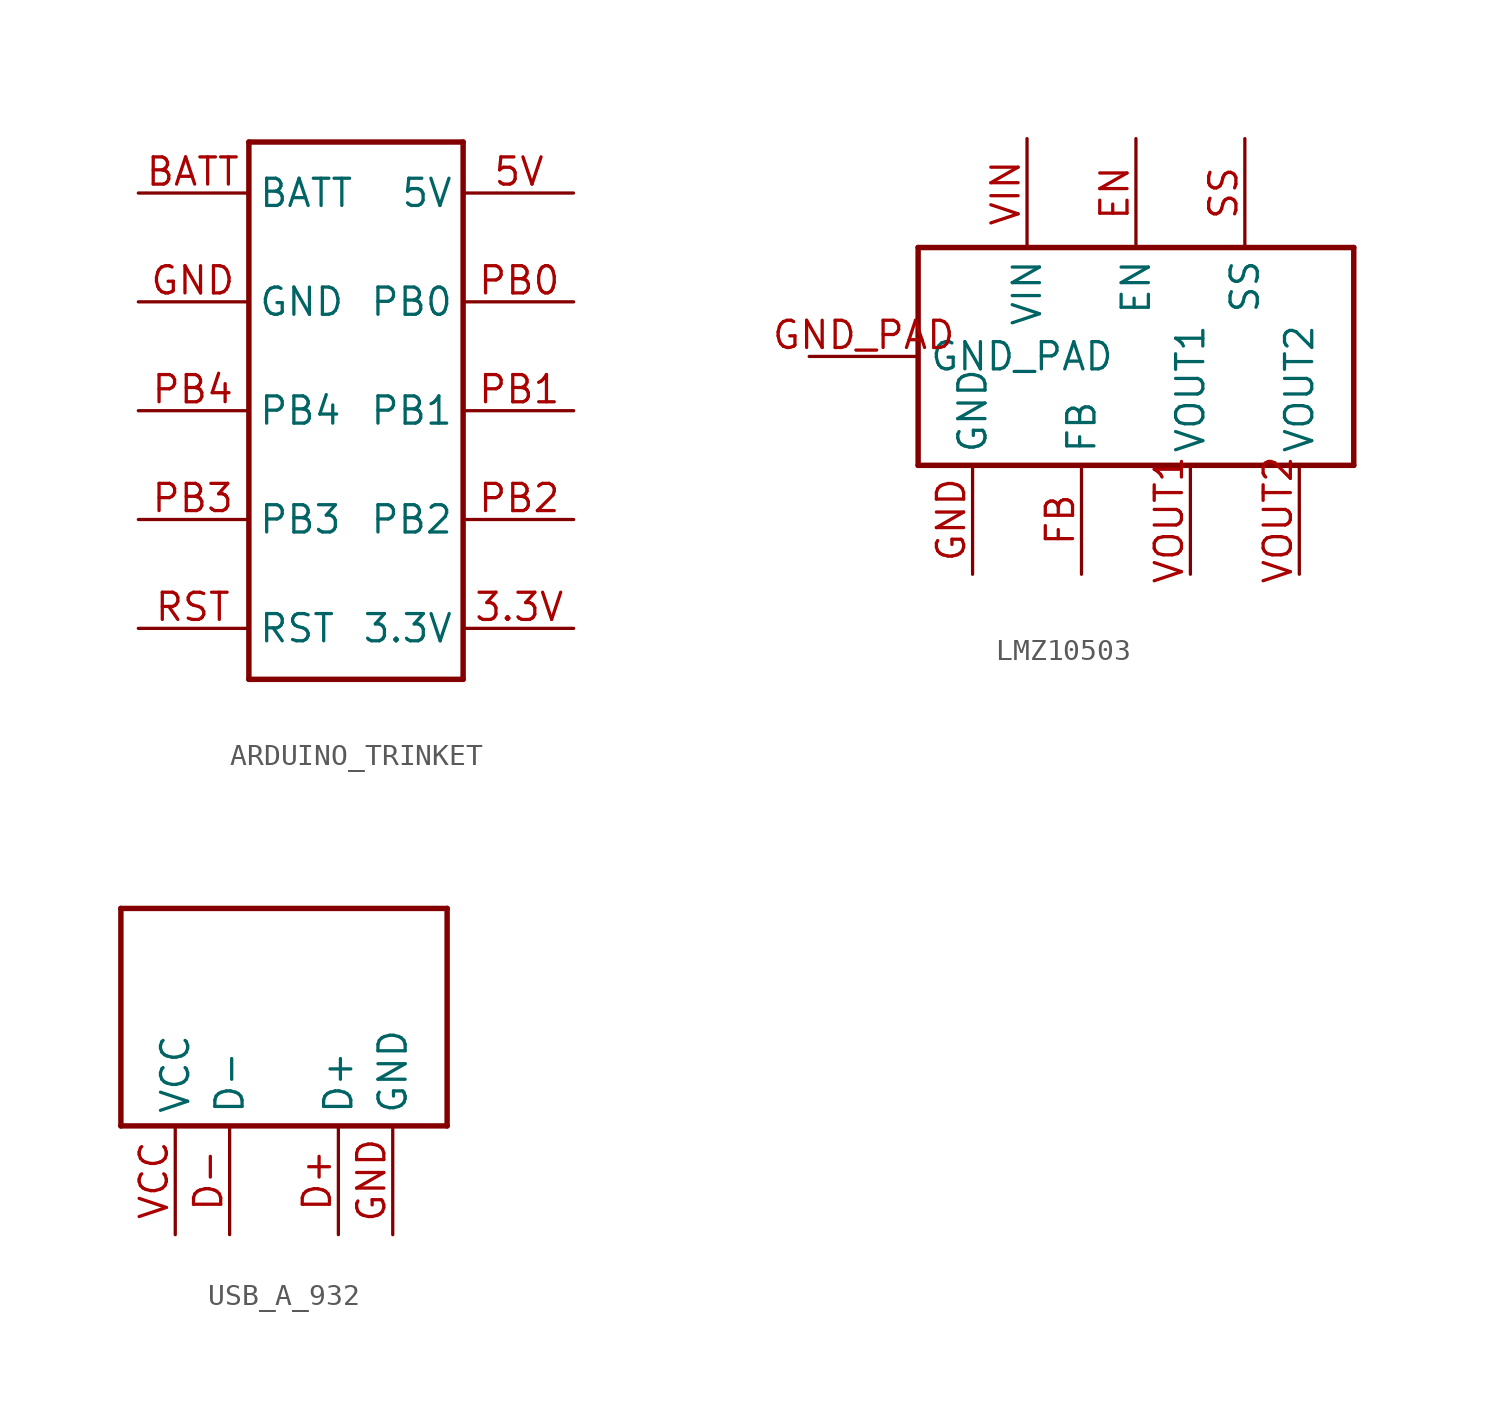
<source format=kicad_sym>
(kicad_symbol_lib
  (version 20220914)
  (generator kicad_symbol_editor)
  (symbol "ARDUINO_TRINKET"
    (property "Reference" "MCU"
      (at 0 0 0)
      (effects (font (size 1.27 1.27)) hide))
    (property "ki_locked" ""
      (at 0 0 0)
      (effects (font (size 1.27 1.27))))
    (symbol "ARDUINO_TRINKET_1_0"
      (polyline (pts (xy -5 -15.08) (xy -5 10)) (stroke (width 0.254) (type solid)) (fill (type none)))
      (polyline (pts (xy -5 10) (xy 5 10)) (stroke (width 0.254) (type solid)) (fill (type none)))
      (polyline (pts (xy 5 -15.08) (xy -5 -15.08)) (stroke (width 0.254) (type solid)) (fill (type none)))
      (polyline (pts (xy 5 10) (xy 5 -15.08)) (stroke (width 0.254) (type solid)) (fill (type none)))
      (pin bidirectional line (at 10.16 -12.7 180) (length 5.08) (name "3.3V" (effects (font (size 1.27 1.27)))) (number "3.3V" (effects (font (size 1.27 1.27)))))
      (pin bidirectional line (at 10.15 7.62 180) (length 5.08) (name "5V" (effects (font (size 1.27 1.27)))) (number "5V" (effects (font (size 1.27 1.27)))))
      (pin bidirectional line (at -10.16 7.62 0) (length 5.08) (name "BATT" (effects (font (size 1.27 1.27)))) (number "BATT" (effects (font (size 1.27 1.27)))))
      (pin bidirectional line (at -10.16 2.54 0) (length 5.08) (name "GND" (effects (font (size 1.27 1.27)))) (number "GND" (effects (font (size 1.27 1.27)))))
      (pin bidirectional line (at 10.16 2.54 180) (length 5.08) (name "PB0" (effects (font (size 1.27 1.27)))) (number "PB0" (effects (font (size 1.27 1.27)))))
      (pin bidirectional line (at 10.16 -2.54 180) (length 5.08) (name "PB1" (effects (font (size 1.27 1.27)))) (number "PB1" (effects (font (size 1.27 1.27)))))
      (pin bidirectional line (at 10.16 -7.62 180) (length 5.08) (name "PB2" (effects (font (size 1.27 1.27)))) (number "PB2" (effects (font (size 1.27 1.27)))))
      (pin bidirectional line (at -10.16 -7.62 0) (length 5.08) (name "PB3" (effects (font (size 1.27 1.27)))) (number "PB3" (effects (font (size 1.27 1.27)))))
      (pin bidirectional line (at -10.16 -2.54 0) (length 5.08) (name "PB4" (effects (font (size 1.27 1.27)))) (number "PB4" (effects (font (size 1.27 1.27)))))
      (pin bidirectional line (at -10.16 -12.7 0) (length 5.08) (name "RST" (effects (font (size 1.27 1.27)))) (number "RST" (effects (font (size 1.27 1.27)))))))
  (symbol "LMZ10503"
    (property "Reference" "V"
      (at 0 0 0)
      (effects (font (size 1.27 1.27)) hide))
    (property "ki_locked" ""
      (at 0 0 0)
      (effects (font (size 1.27 1.27))))
    (symbol "LMZ10503_1_0"
      (polyline (pts (xy -10.16 -5.08) (xy -10.16 5.08)) (stroke (width 0.254) (type solid)) (fill (type none)))
      (polyline (pts (xy -10.16 5.08) (xy 10.16 5.08)) (stroke (width 0.254) (type solid)) (fill (type none)))
      (polyline (pts (xy 10.16 -5.08) (xy -10.16 -5.08)) (stroke (width 0.254) (type solid)) (fill (type none)))
      (polyline (pts (xy 10.16 5.08) (xy 10.16 -5.08)) (stroke (width 0.254) (type solid)) (fill (type none)))
      (pin bidirectional line (at 0 10.16 270) (length 5.08) (name "EN" (effects (font (size 1.27 1.27)))) (number "EN" (effects (font (size 1.27 1.27)))))
      (pin bidirectional line (at -2.54 -10.16 90) (length 5.08) (name "FB" (effects (font (size 1.27 1.27)))) (number "FB" (effects (font (size 1.27 1.27)))))
      (pin bidirectional line (at -7.62 -10.16 90) (length 5.08) (name "GND" (effects (font (size 1.27 1.27)))) (number "GND" (effects (font (size 1.27 1.27)))))
      (pin bidirectional line (at -15.24 0 0) (length 5.08) (name "GND_PAD" (effects (font (size 1.27 1.27)))) (number "GND_PAD" (effects (font (size 1.27 1.27)))))
      (pin bidirectional line (at 5.08 10.16 270) (length 5.08) (name "SS" (effects (font (size 1.27 1.27)))) (number "SS" (effects (font (size 1.27 1.27)))))
      (pin bidirectional line (at -5.08 10.16 270) (length 5.08) (name "VIN" (effects (font (size 1.27 1.27)))) (number "VIN" (effects (font (size 1.27 1.27)))))
      (pin bidirectional line (at 2.54 -10.16 90) (length 5.08) (name "VOUT1" (effects (font (size 1.27 1.27)))) (number "VOUT1" (effects (font (size 1.27 1.27)))))
      (pin bidirectional line (at 7.62 -10.16 90) (length 5.08) (name "VOUT2" (effects (font (size 1.27 1.27)))) (number "VOUT2" (effects (font (size 1.27 1.27)))))))
  (symbol "USB_A_932"
    (property "Reference" "USB"
      (at 0 0 0)
      (effects (font (size 1.27 1.27)) hide))
    (property "ki_locked" ""
      (at 0 0 0)
      (effects (font (size 1.27 1.27))))
    (symbol "USB_A_932_1_0"
      (polyline (pts (xy -7.62 -5.08) (xy -7.62 5.08)) (stroke (width 0.254) (type solid)) (fill (type none)))
      (polyline (pts (xy -7.62 5.08) (xy 7.62 5.08)) (stroke (width 0.254) (type solid)) (fill (type none)))
      (polyline (pts (xy 7.62 -5.08) (xy -7.62 -5.08)) (stroke (width 0.254) (type solid)) (fill (type none)))
      (polyline (pts (xy 7.62 5.08) (xy 7.62 -5.08)) (stroke (width 0.254) (type solid)) (fill (type none)))
      (pin bidirectional line (at 2.54 -10.16 90) (length 5.08) (name "D+" (effects (font (size 1.27 1.27)))) (number "D+" (effects (font (size 1.27 1.27)))))
      (pin bidirectional line (at -2.54 -10.16 90) (length 5.08) (name "D-" (effects (font (size 1.27 1.27)))) (number "D-" (effects (font (size 1.27 1.27)))))
      (pin bidirectional line (at 5.08 -10.16 90) (length 5.08) (name "GND" (effects (font (size 1.27 1.27)))) (number "GND" (effects (font (size 1.27 1.27)))))
      (pin bidirectional line (at -5.08 -10.16 90) (length 5.08) (name "VCC" (effects (font (size 1.27 1.27)))) (number "VCC" (effects (font (size 1.27 1.27))))))))
</source>
